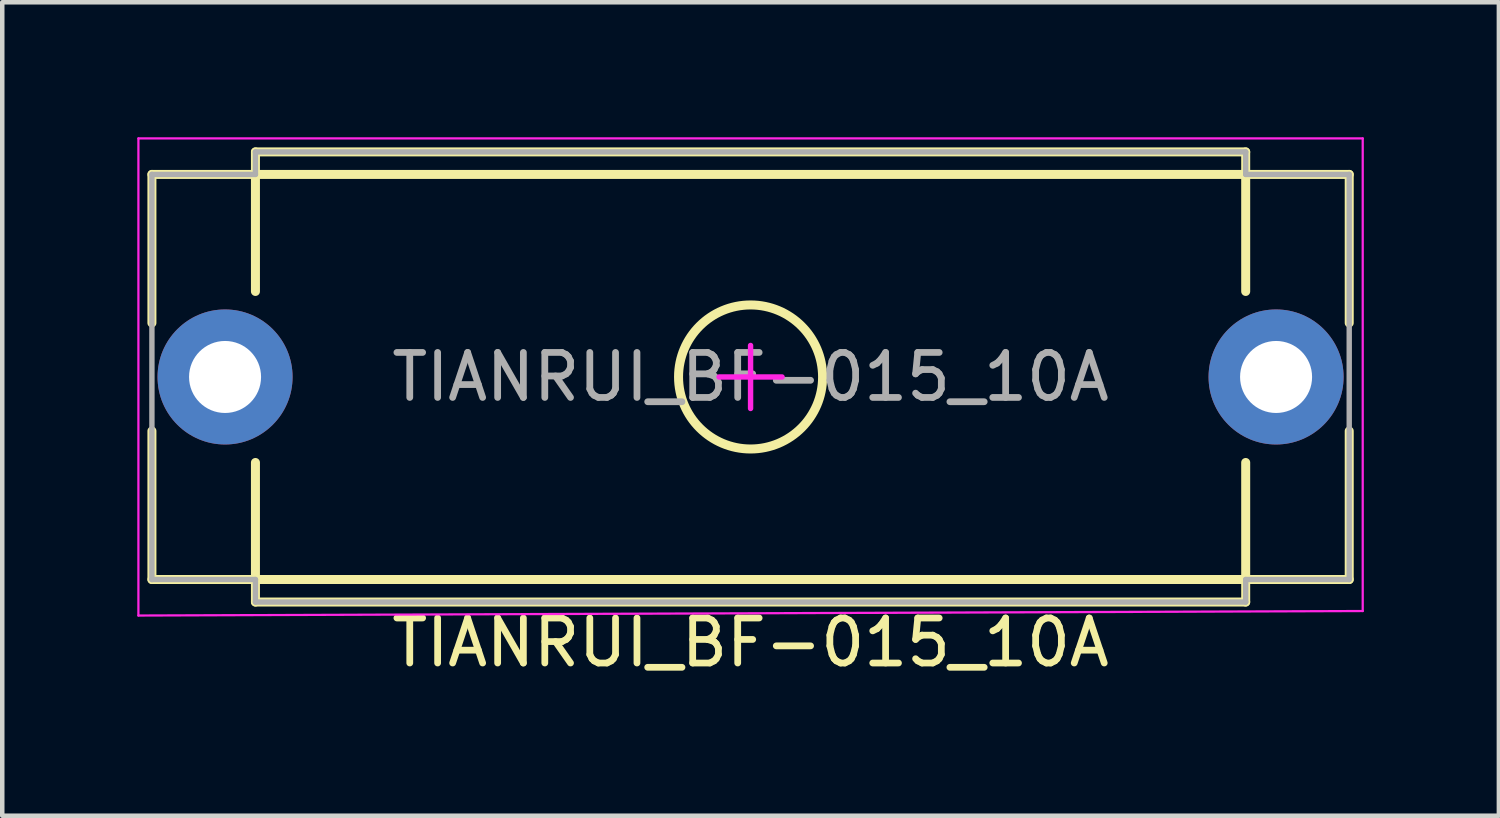
<source format=kicad_pcb>
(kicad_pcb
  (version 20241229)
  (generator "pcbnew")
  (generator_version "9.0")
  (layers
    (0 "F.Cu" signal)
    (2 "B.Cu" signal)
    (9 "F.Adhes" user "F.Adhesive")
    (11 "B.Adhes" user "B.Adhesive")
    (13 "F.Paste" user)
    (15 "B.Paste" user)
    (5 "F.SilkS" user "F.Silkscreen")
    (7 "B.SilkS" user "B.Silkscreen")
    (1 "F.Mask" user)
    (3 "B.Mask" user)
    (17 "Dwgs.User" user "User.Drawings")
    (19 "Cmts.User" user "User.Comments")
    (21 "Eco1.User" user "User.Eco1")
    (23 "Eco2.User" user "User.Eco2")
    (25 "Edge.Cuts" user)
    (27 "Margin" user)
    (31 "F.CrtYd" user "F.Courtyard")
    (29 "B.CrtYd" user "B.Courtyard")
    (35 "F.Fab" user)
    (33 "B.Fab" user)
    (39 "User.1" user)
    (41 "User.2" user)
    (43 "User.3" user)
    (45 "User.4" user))
  (footprint "TIANRUI_BF-015_10A"
    (layer "F.Cu")
    (at 13.625 5.325)
    (property "Reference" "TIANRUI_BF-015_10A" (at 0 5.9 0) (layer "F.SilkS") (effects (font (size 1 1) (thickness 0.15))))
    (attr through_hole)
    (fp_line (start -13.3 -4.5) (end -13.3 -1.2) (stroke (width 0.2) (type solid)) (layer "F.SilkS"))
    (fp_line (start -13.3 -4.5) (end 13.3 -4.5) (stroke (width 0.2) (type solid)) (layer "F.SilkS"))
    (fp_line (start -13.3 4.5) (end -13.3 1.2) (stroke (width 0.2) (type solid)) (layer "F.SilkS"))
    (fp_line (start -11 -5) (end -11 -1.9) (stroke (width 0.2) (type solid)) (layer "F.SilkS"))
    (fp_line (start -11 -5) (end 11 -5) (stroke (width 0.2) (type solid)) (layer "F.SilkS"))
    (fp_line (start -11 5) (end -11 1.9) (stroke (width 0.2) (type solid)) (layer "F.SilkS"))
    (fp_line (start 11 -5) (end 11 -1.9) (stroke (width 0.2) (type solid)) (layer "F.SilkS"))
    (fp_line (start 11 5) (end -11 5) (stroke (width 0.2) (type solid)) (layer "F.SilkS"))
    (fp_line (start 11 5) (end 11 1.9) (stroke (width 0.2) (type solid)) (layer "F.SilkS"))
    (fp_line (start 13.3 -4.5) (end 13.3 -1.2) (stroke (width 0.2) (type solid)) (layer "F.SilkS"))
    (fp_line (start 13.3 4.5) (end -13.3 4.5) (stroke (width 0.2) (type solid)) (layer "F.SilkS"))
    (fp_line (start 13.3 4.5) (end 13.3 1.2) (stroke (width 0.2) (type solid)) (layer "F.SilkS"))
    (fp_circle (center 0 0) (end 0 -1.6) (stroke (width 0.2) (type solid)) (fill no) (layer "F.SilkS"))
    (fp_line (start -13.6 -5.3) (end 13.6 -5.3) (stroke (width 0.05) (type solid)) (layer "F.CrtYd"))
    (fp_line (start -13.6 5.3) (end -13.6 -5.3) (stroke (width 0.05) (type solid)) (layer "F.CrtYd"))
    (fp_line (start 0 0.7) (end 0 -0.7) (stroke (width 0.12) (type solid)) (layer "F.CrtYd"))
    (fp_line (start 0.7 0) (end -0.7 0) (stroke (width 0.12) (type solid)) (layer "F.CrtYd"))
    (fp_line (start 13.6 -5.3) (end 13.6 5.2) (stroke (width 0.05) (type solid)) (layer "F.CrtYd"))
    (fp_line (start 13.6 5.2) (end -13.6 5.3) (stroke (width 0.05) (type solid)) (layer "F.CrtYd"))
    (fp_line (start -13.3 -4.5) (end -11 -4.5) (stroke (width 0.12) (type solid)) (layer "F.Fab"))
    (fp_line (start -13.3 4.5) (end -13.3 -4.5) (stroke (width 0.12) (type solid)) (layer "F.Fab"))
    (fp_line (start -11 -5) (end 11 -5) (stroke (width 0.12) (type solid)) (layer "F.Fab"))
    (fp_line (start -11 -4.5) (end -11 -5) (stroke (width 0.12) (type solid)) (layer "F.Fab"))
    (fp_line (start -11 4.5) (end -13.3 4.5) (stroke (width 0.12) (type solid)) (layer "F.Fab"))
    (fp_line (start -11 5) (end -11 4.5) (stroke (width 0.12) (type solid)) (layer "F.Fab"))
    (fp_line (start 11 -5) (end 11 -4.5) (stroke (width 0.12) (type solid)) (layer "F.Fab"))
    (fp_line (start 11 -4.5) (end 13.3 -4.5) (stroke (width 0.12) (type solid)) (layer "F.Fab"))
    (fp_line (start 11 4.5) (end 11 5) (stroke (width 0.12) (type solid)) (layer "F.Fab"))
    (fp_line (start 11 5) (end -11 5) (stroke (width 0.12) (type solid)) (layer "F.Fab"))
    (fp_line (start 13.3 -4.5) (end 13.3 4.5) (stroke (width 0.12) (type solid)) (layer "F.Fab"))
    (fp_line (start 13.3 4.5) (end 11 4.5) (stroke (width 0.12) (type solid)) (layer "F.Fab"))
    (fp_text user "${REFERENCE}" (at 0 0 0) (layer "F.Fab") (effects (font (size 1 1) (thickness 0.15))))
    (pad "1" thru_hole circle (at -11.675 0) (size 3 3) (drill 1.6) (layers "*.Cu" "*.Mask"))
    (pad "2" thru_hole circle (at 11.675 0) (size 3 3) (drill 1.6) (layers "*.Cu" "*.Mask")))
  (gr_rect
    (start -3 -3)
    (end 30.25 15.073)
    (stroke (width 0.1) (type default))
    (fill no)
    (layer "Edge.Cuts")))
</source>
